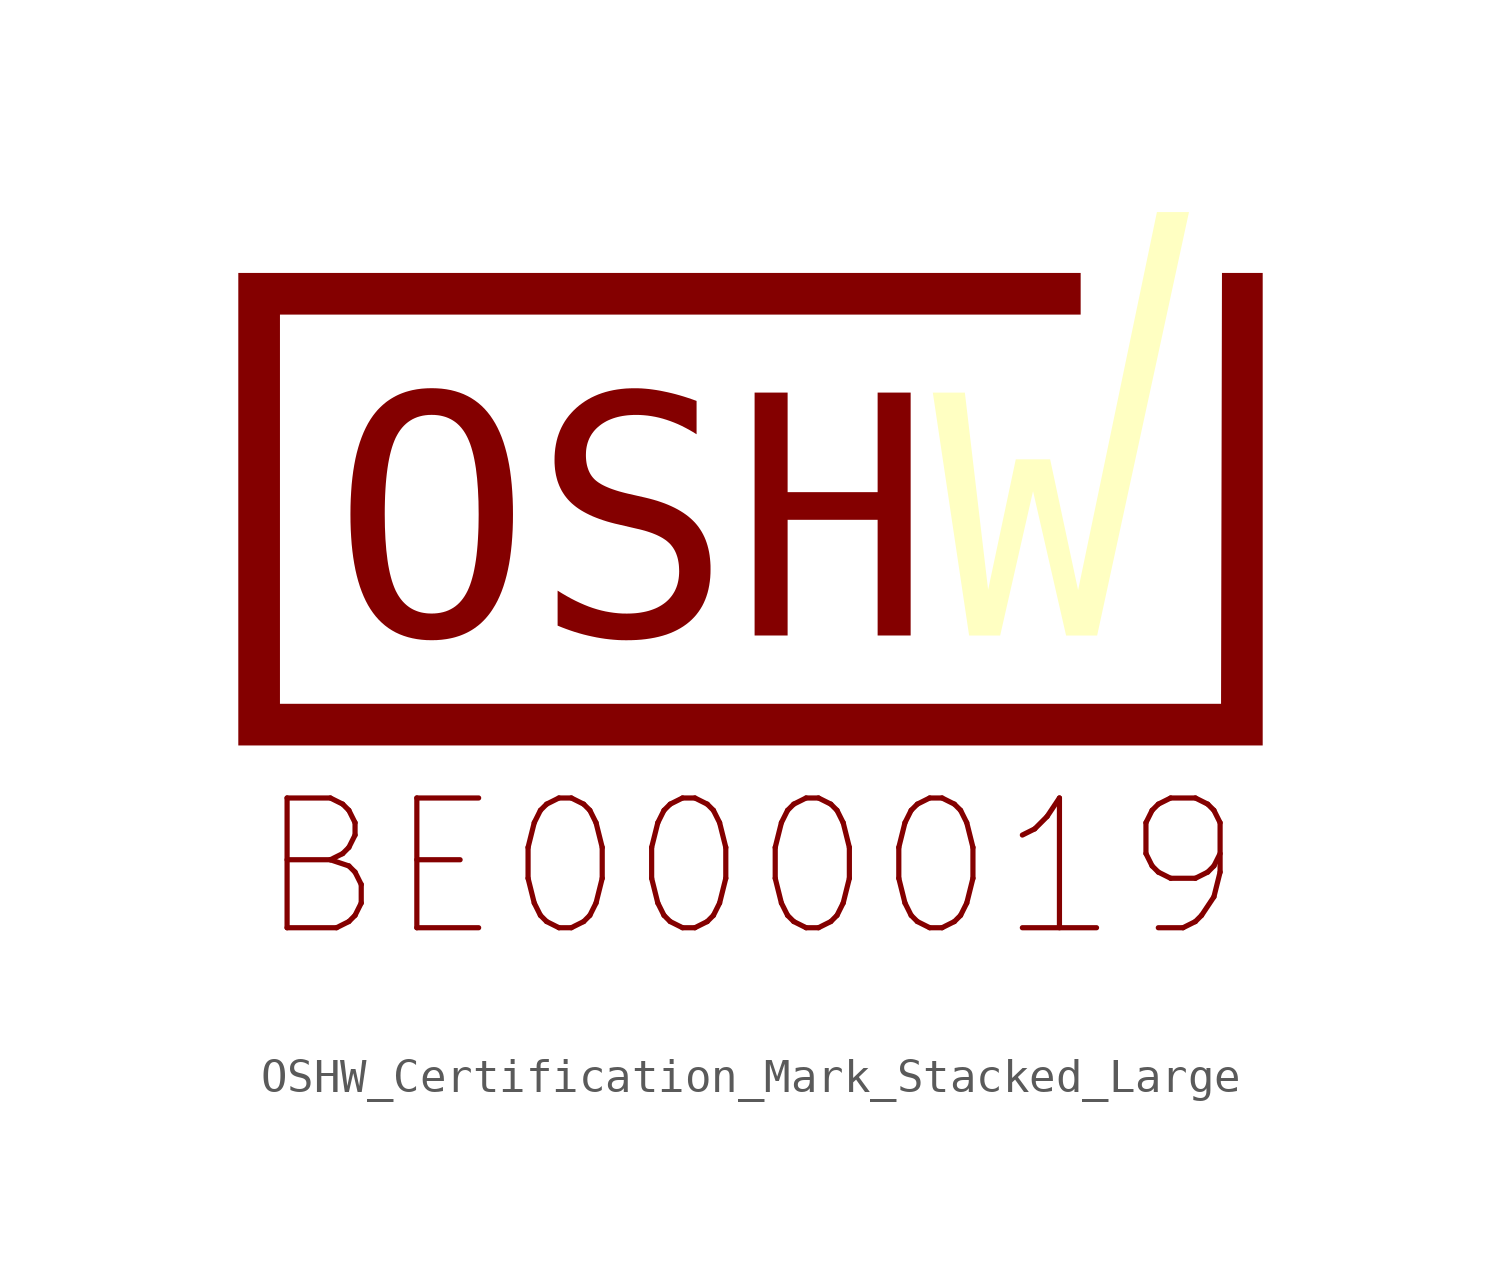
<source format=kicad_sym>
(kicad_symbol_lib
  (version 20231120)
  (generator "kicad_symbol_editor")
  (generator_version "8.0")
  (symbol "OSHW_Certification_Mark_Stacked_Large"
    (property "Reference" "LOGO"
      (at 0 0 0)
      (effects (font (size 1.27 1.27)) (hide yes)))
    (symbol "OSHW_Certification_Mark_Stacked_Large_0_1"
      (polyline (pts (xy -6.956 -1.072) (xy -6.956 -1.072) (xy -6.956 -1.072)) (stroke (width -0.0001) (type default)) (fill (type background)))
      (polyline (pts (xy -1.579 2.248) (xy -1.579 2.248) (xy -1.579 2.248)) (stroke (width -0.0001) (type default)) (fill (type background)))
      (polyline (pts (xy 10.152 -4.622) (xy 9.242 -4.622) (xy 8.274 -0.396) (xy 7.312 -4.622) (xy 6.402 -4.622) (xy 5.339 2.492) (xy 6.278 2.492) (xy 6.959 -3.283) (xy 7.769 0.538) (xy 8.775 0.538) (xy 9.594 -3.293) (xy 11.902 7.778) (xy 12.841 7.778)) (stroke (width -0.0001) (type default)) (fill (type background))))
    (symbol "OSHW_Certification_Mark_Stacked_Large_1_1"
      (polyline (pts (xy 15 -7.843) (xy -15 -7.843) (xy -15 5.995) (xy -15 5.995) (xy 9.669 5.995) (xy 9.669 4.775) (xy -13.78 4.775) (xy -13.78 -6.623) (xy 13.78 -6.623) (xy 13.807 5.995) (xy 15 5.995)) (stroke (width -0.0001) (type default)) (fill (type outline)))
      (polyline (pts (xy 1.087 -0.424) (xy 3.723 -0.424) (xy 3.723 2.492) (xy 4.69 2.492) (xy 4.69 -4.622) (xy 3.723 -4.622) (xy 3.723 -1.234) (xy 1.087 -1.234) (xy 1.087 -4.622) (xy 0.12 -4.622) (xy 0.12 2.492) (xy 1.087 2.492)) (stroke (width -0.0001) (type default)) (fill (type outline)))
      (polyline (pts (xy -9.19 2.617) (xy -9.047 2.607) (xy -8.908 2.589) (xy -8.774 2.564) (xy -8.645 2.531) (xy -8.521 2.492) (xy -8.402 2.446) (xy -8.288 2.392) (xy -8.178 2.331) (xy -8.073 2.263) (xy -7.973 2.188) (xy -7.878 2.106) (xy -7.788 2.017) (xy -7.703 1.92) (xy -7.622 1.817) (xy -7.547 1.706) (xy -7.475 1.588) (xy -7.408 1.462) (xy -7.346 1.329) (xy -7.288 1.189) (xy -7.235 1.042) (xy -7.187 0.886) (xy -7.143 0.724) (xy -7.104 0.554) (xy -7.069 0.377) (xy -7.039 0.192) (xy -7.014 -0.0003) (xy -6.993 -0.2) (xy -6.977 -0.407) (xy -6.965 -0.621) (xy -6.958 -0.843) (xy -6.956 -1.072) (xy -6.958 -1.301) (xy -6.965 -1.522) (xy -6.977 -1.736) (xy -6.993 -1.942) (xy -7.014 -2.141) (xy -7.039 -2.333) (xy -7.069 -2.518) (xy -7.104 -2.695) (xy -7.143 -2.864) (xy -7.187 -3.026) (xy -7.235 -3.181) (xy -7.288 -3.329) (xy -7.346 -3.469) (xy -7.408 -3.602) (xy -7.475 -3.727) (xy -7.547 -3.845) (xy -7.584 -3.902) (xy -7.622 -3.956) (xy -7.662 -4.009) (xy -7.703 -4.06) (xy -7.745 -4.109) (xy -7.788 -4.156) (xy -7.833 -4.202) (xy -7.878 -4.246) (xy -7.925 -4.288) (xy -7.973 -4.328) (xy -8.023 -4.366) (xy -8.073 -4.403) (xy -8.125 -4.438) (xy -8.178 -4.471) (xy -8.232 -4.502) (xy -8.288 -4.532) (xy -8.344 -4.559) (xy -8.402 -4.585) (xy -8.461 -4.609) (xy -8.521 -4.632) (xy -8.583 -4.652) (xy -8.645 -4.671) (xy -8.709 -4.688) (xy -8.774 -4.703) (xy -8.841 -4.716) (xy -8.908 -4.728) (xy -9.047 -4.746) (xy -9.19 -4.757) (xy -9.338 -4.76) (xy -9.487 -4.757) (xy -9.63 -4.746) (xy -9.769 -4.728) (xy -9.902 -4.703) (xy -10.031 -4.671) (xy -10.155 -4.632) (xy -10.275 -4.586) (xy -10.389 -4.533) (xy -10.499 -4.472) (xy -10.603 -4.405) (xy -10.703 -4.33) (xy -10.798 -4.248) (xy -10.889 -4.159) (xy -10.974 -4.063) (xy -11.054 -3.96) (xy -11.13 -3.85) (xy -11.201 -3.733) (xy -11.267 -3.608) (xy -11.329 -3.475) (xy -11.386 -3.335) (xy -11.439 -3.188) (xy -11.487 -3.033) (xy -11.531 -2.87) (xy -11.57 -2.7) (xy -11.604 -2.523) (xy -11.634 -2.338) (xy -11.659 -2.146) (xy -11.68 -1.946) (xy -11.695 -1.739) (xy -11.707 -1.524) (xy -11.714 -1.302) (xy -11.716 -1.072) (xy -10.711 -1.072) (xy -10.706 -1.449) (xy -10.691 -1.798) (xy -10.666 -2.119) (xy -10.631 -2.412) (xy -10.61 -2.549) (xy -10.586 -2.678) (xy -10.56 -2.8) (xy -10.531 -2.915) (xy -10.5 -3.024) (xy -10.466 -3.125) (xy -10.43 -3.219) (xy -10.392 -3.307) (xy -10.349 -3.388) (xy -10.327 -3.427) (xy -10.304 -3.464) (xy -10.28 -3.5) (xy -10.256 -3.535) (xy -10.23 -3.569) (xy -10.204 -3.601) (xy -10.177 -3.632) (xy -10.149 -3.661) (xy -10.121 -3.689) (xy -10.091 -3.716) (xy -10.061 -3.742) (xy -10.03 -3.766) (xy -9.999 -3.789) (xy -9.966 -3.811) (xy -9.933 -3.831) (xy -9.899 -3.85) (xy -9.864 -3.868) (xy -9.828 -3.884) (xy -9.792 -3.899) (xy -9.755 -3.913) (xy -9.716 -3.926) (xy -9.678 -3.937) (xy -9.638 -3.947) (xy -9.598 -3.955) (xy -9.556 -3.962) (xy -9.514 -3.968) (xy -9.472 -3.973) (xy -9.428 -3.976) (xy -9.338 -3.979) (xy -9.248 -3.976) (xy -9.161 -3.968) (xy -9.078 -3.955) (xy -8.997 -3.937) (xy -8.92 -3.914) (xy -8.846 -3.885) (xy -8.776 -3.851) (xy -8.708 -3.812) (xy -8.644 -3.768) (xy -8.583 -3.718) (xy -8.525 -3.663) (xy -8.471 -3.603) (xy -8.42 -3.538) (xy -8.372 -3.468) (xy -8.327 -3.392) (xy -8.285 -3.312) (xy -8.246 -3.224) (xy -8.209 -3.13) (xy -8.175 -3.028) (xy -8.144 -2.92) (xy -8.114 -2.804) (xy -8.088 -2.682) (xy -8.064 -2.552) (xy -8.042 -2.416) (xy -8.023 -2.272) (xy -8.007 -2.122) (xy -7.993 -1.964) (xy -7.982 -1.8) (xy -7.973 -1.628) (xy -7.966 -1.45) (xy -7.963 -1.264) (xy -7.961 -1.072) (xy -7.966 -0.694) (xy -7.982 -0.344) (xy -8.007 -0.022) (xy -8.042 0.272) (xy -8.064 0.408) (xy -8.088 0.538) (xy -8.114 0.66) (xy -8.144 0.776) (xy -8.175 0.884) (xy -8.209 0.986) (xy -8.246 1.08) (xy -8.285 1.167) (xy -8.327 1.249) (xy -8.349 1.288) (xy -8.372 1.325) (xy -8.395 1.361) (xy -8.42 1.396) (xy -8.445 1.429) (xy -8.471 1.462) (xy -8.498 1.492) (xy -8.525 1.522) (xy -8.554 1.55) (xy -8.583 1.577) (xy -8.613 1.603) (xy -8.644 1.627) (xy -8.676 1.65) (xy -8.708 1.671) (xy -8.742 1.692) (xy -8.776 1.711) (xy -8.811 1.728) (xy -8.846 1.745) (xy -8.883 1.76) (xy -8.92 1.774) (xy -8.958 1.786) (xy -8.997 1.797) (xy -9.037 1.807) (xy -9.078 1.816) (xy -9.119 1.823) (xy -9.161 1.829) (xy -9.204 1.833) (xy -9.248 1.837) (xy -9.338 1.839) (xy -9.428 1.837) (xy -9.514 1.829) (xy -9.598 1.816) (xy -9.678 1.797) (xy -9.755 1.774) (xy -9.828 1.745) (xy -9.899 1.711) (xy -9.966 1.671) (xy -10.03 1.627) (xy -10.091 1.577) (xy -10.149 1.522) (xy -10.204 1.462) (xy -10.256 1.396) (xy -10.304 1.325) (xy -10.349 1.249) (xy -10.392 1.167) (xy -10.43 1.08) (xy -10.466 0.986) (xy -10.5 0.884) (xy -10.531 0.776) (xy -10.56 0.66) (xy -10.586 0.538) (xy -10.61 0.408) (xy -10.631 0.272) (xy -10.65 0.128) (xy -10.666 -0.022) (xy -10.68 -0.18) (xy -10.691 -0.344) (xy -10.7 -0.516) (xy -10.706 -0.694) (xy -10.71 -0.88) (xy -10.711 -1.072) (xy -11.716 -1.072) (xy -11.716 -1.072) (xy -11.714 -0.843) (xy -11.707 -0.621) (xy -11.695 -0.407) (xy -11.68 -0.2) (xy -11.659 -0.0003) (xy -11.634 0.192) (xy -11.604 0.377) (xy -11.57 0.554) (xy -11.531 0.724) (xy -11.487 0.886) (xy -11.439 1.042) (xy -11.386 1.189) (xy -11.329 1.329) (xy -11.267 1.462) (xy -11.201 1.588) (xy -11.13 1.706) (xy -11.092 1.762) (xy -11.054 1.817) (xy -11.014 1.869) (xy -10.973 1.92) (xy -10.931 1.97) (xy -10.887 2.017) (xy -10.842 2.062) (xy -10.796 2.106) (xy -10.749 2.148) (xy -10.701 2.188) (xy -10.652 2.227) (xy -10.601 2.263) (xy -10.549 2.298) (xy -10.496 2.331) (xy -10.442 2.363) (xy -10.387 2.392) (xy -10.33 2.42) (xy -10.272 2.446) (xy -10.213 2.47) (xy -10.153 2.492) (xy -10.092 2.513) (xy -10.029 2.531) (xy -9.966 2.548) (xy -9.901 2.564) (xy -9.767 2.589) (xy -9.629 2.607) (xy -9.486 2.617) (xy -9.338 2.621)) (stroke (width -0.0001) (type default)) (fill (type outline)))
      (polyline (pts (xy -3.292 2.618) (xy -3.187 2.614) (xy -3.082 2.606) (xy -2.974 2.596) (xy -2.866 2.582) (xy -2.756 2.566) (xy -2.645 2.547) (xy -2.533 2.524) (xy -2.419 2.5) (xy -2.303 2.473) (xy -2.186 2.443) (xy -2.068 2.41) (xy -1.948 2.374) (xy -1.827 2.335) (xy -1.704 2.293) (xy -1.579 2.248) (xy -1.579 1.271) (xy -1.689 1.339) (xy -1.799 1.403) (xy -1.909 1.462) (xy -2.019 1.518) (xy -2.129 1.569) (xy -2.24 1.615) (xy -2.35 1.657) (xy -2.461 1.695) (xy -2.571 1.729) (xy -2.681 1.758) (xy -2.791 1.782) (xy -2.902 1.802) (xy -3.013 1.818) (xy -3.124 1.829) (xy -3.236 1.836) (xy -3.347 1.838) (xy -3.431 1.837) (xy -3.513 1.833) (xy -3.593 1.827) (xy -3.67 1.818) (xy -3.745 1.807) (xy -3.818 1.793) (xy -3.889 1.777) (xy -3.957 1.758) (xy -4.023 1.737) (xy -4.087 1.713) (xy -4.149 1.687) (xy -4.209 1.659) (xy -4.266 1.627) (xy -4.321 1.594) (xy -4.374 1.558) (xy -4.424 1.519) (xy -4.472 1.479) (xy -4.517 1.437) (xy -4.559 1.393) (xy -4.597 1.348) (xy -4.633 1.3) (xy -4.665 1.252) (xy -4.694 1.201) (xy -4.721 1.148) (xy -4.744 1.094) (xy -4.764 1.038) (xy -4.781 0.981) (xy -4.795 0.921) (xy -4.806 0.86) (xy -4.814 0.797) (xy -4.818 0.732) (xy -4.82 0.666) (xy -4.819 0.608) (xy -4.816 0.551) (xy -4.811 0.497) (xy -4.804 0.444) (xy -4.795 0.393) (xy -4.784 0.344) (xy -4.77 0.296) (xy -4.755 0.25) (xy -4.738 0.206) (xy -4.719 0.164) (xy -4.698 0.123) (xy -4.675 0.084) (xy -4.65 0.047) (xy -4.623 0.012) (xy -4.593 -0.022) (xy -4.562 -0.054) (xy -4.528 -0.084) (xy -4.49 -0.114) (xy -4.448 -0.144) (xy -4.403 -0.172) (xy -4.355 -0.201) (xy -4.303 -0.228) (xy -4.247 -0.255) (xy -4.188 -0.281) (xy -4.126 -0.307) (xy -4.06 -0.332) (xy -3.99 -0.356) (xy -3.917 -0.38) (xy -3.841 -0.403) (xy -3.761 -0.425) (xy -3.677 -0.447) (xy -3.59 -0.468) (xy -3.085 -0.583) (xy -2.962 -0.613) (xy -2.844 -0.645) (xy -2.729 -0.679) (xy -2.619 -0.716) (xy -2.513 -0.754) (xy -2.411 -0.795) (xy -2.314 -0.838) (xy -2.22 -0.883) (xy -2.131 -0.93) (xy -2.047 -0.979) (xy -1.966 -1.03) (xy -1.89 -1.083) (xy -1.818 -1.138) (xy -1.75 -1.196) (xy -1.687 -1.255) (xy -1.627 -1.316) (xy -1.572 -1.38) (xy -1.52 -1.447) (xy -1.472 -1.517) (xy -1.427 -1.589) (xy -1.386 -1.664) (xy -1.348 -1.742) (xy -1.314 -1.823) (xy -1.284 -1.907) (xy -1.257 -1.994) (xy -1.234 -2.083) (xy -1.214 -2.175) (xy -1.198 -2.271) (xy -1.186 -2.369) (xy -1.177 -2.469) (xy -1.171 -2.573) (xy -1.17 -2.679) (xy -1.172 -2.804) (xy -1.179 -2.925) (xy -1.192 -3.043) (xy -1.209 -3.156) (xy -1.231 -3.267) (xy -1.258 -3.373) (xy -1.29 -3.475) (xy -1.327 -3.574) (xy -1.369 -3.669) (xy -1.415 -3.76) (xy -1.467 -3.847) (xy -1.524 -3.931) (xy -1.585 -4.011) (xy -1.651 -4.087) (xy -1.722 -4.159) (xy -1.799 -4.228) (xy -1.879 -4.292) (xy -1.965 -4.353) (xy -2.055 -4.409) (xy -2.149 -4.461) (xy -2.248 -4.509) (xy -2.351 -4.553) (xy -2.458 -4.593) (xy -2.571 -4.628) (xy -2.687 -4.659) (xy -2.808 -4.686) (xy -2.934 -4.709) (xy -3.064 -4.728) (xy -3.198 -4.743) (xy -3.337 -4.753) (xy -3.481 -4.759) (xy -3.628 -4.761) (xy -3.754 -4.76) (xy -3.879 -4.755) (xy -4.004 -4.746) (xy -4.13 -4.734) (xy -4.256 -4.719) (xy -4.382 -4.7) (xy -4.508 -4.678) (xy -4.634 -4.652) (xy -4.76 -4.624) (xy -4.887 -4.593) (xy -5.013 -4.558) (xy -5.14 -4.52) (xy -5.267 -4.478) (xy -5.394 -4.433) (xy -5.521 -4.385) (xy -5.649 -4.333) (xy -5.649 -3.308) (xy -5.513 -3.392) (xy -5.379 -3.47) (xy -5.247 -3.543) (xy -5.116 -3.61) (xy -4.988 -3.67) (xy -4.862 -3.725) (xy -4.737 -3.775) (xy -4.615 -3.818) (xy -4.492 -3.856) (xy -4.369 -3.889) (xy -4.246 -3.917) (xy -4.123 -3.939) (xy -3.999 -3.957) (xy -3.876 -3.97) (xy -3.752 -3.978) (xy -3.628 -3.98) (xy -3.539 -3.979) (xy -3.451 -3.975) (xy -3.366 -3.969) (xy -3.284 -3.96) (xy -3.204 -3.948) (xy -3.127 -3.934) (xy -3.053 -3.918) (xy -2.98 -3.899) (xy -2.911 -3.877) (xy -2.844 -3.853) (xy -2.779 -3.827) (xy -2.717 -3.798) (xy -2.658 -3.766) (xy -2.601 -3.732) (xy -2.546 -3.695) (xy -2.494 -3.656) (xy -2.445 -3.614) (xy -2.399 -3.57) (xy -2.357 -3.524) (xy -2.317 -3.475) (xy -2.281 -3.425) (xy -2.248 -3.373) (xy -2.217 -3.319) (xy -2.191 -3.263) (xy -2.167 -3.205) (xy -2.146 -3.144) (xy -2.129 -3.082) (xy -2.115 -3.018) (xy -2.104 -2.952) (xy -2.096 -2.884) (xy -2.091 -2.813) (xy -2.089 -2.741) (xy -2.091 -2.675) (xy -2.094 -2.612) (xy -2.099 -2.55) (xy -2.107 -2.49) (xy -2.117 -2.432) (xy -2.129 -2.376) (xy -2.143 -2.322) (xy -2.16 -2.271) (xy -2.178 -2.221) (xy -2.199 -2.173) (xy -2.222 -2.127) (xy -2.248 -2.083) (xy -2.275 -2.041) (xy -2.305 -2.001) (xy -2.336 -1.962) (xy -2.37 -1.926) (xy -2.407 -1.892) (xy -2.446 -1.858) (xy -2.489 -1.825) (xy -2.535 -1.794) (xy -2.584 -1.763) (xy -2.636 -1.734) (xy -2.692 -1.705) (xy -2.751 -1.677) (xy -2.813 -1.651) (xy -2.878 -1.625) (xy -2.946 -1.601) (xy -3.018 -1.577) (xy -3.093 -1.554) (xy -3.171 -1.533) (xy -3.253 -1.512) (xy -3.338 -1.493) (xy -3.852 -1.373) (xy -3.974 -1.345) (xy -4.092 -1.314) (xy -4.205 -1.282) (xy -4.314 -1.247) (xy -4.419 -1.211) (xy -4.519 -1.173) (xy -4.616 -1.134) (xy -4.708 -1.092) (xy -4.795 -1.049) (xy -4.879 -1.004) (xy -4.958 -0.958) (xy -5.034 -0.909) (xy -5.104 -0.859) (xy -5.171 -0.806) (xy -5.233 -0.753) (xy -5.291 -0.697) (xy -5.346 -0.639) (xy -5.396 -0.579) (xy -5.444 -0.516) (xy -5.487 -0.451) (xy -5.528 -0.384) (xy -5.564 -0.314) (xy -5.598 -0.241) (xy -5.627 -0.167) (xy -5.654 -0.09) (xy -5.676 -0.01) (xy -5.696 0.072) (xy -5.711 0.156) (xy -5.724 0.243) (xy -5.732 0.332) (xy -5.738 0.424) (xy -5.739 0.518) (xy -5.737 0.636) (xy -5.729 0.75) (xy -5.717 0.862) (xy -5.699 0.971) (xy -5.677 1.077) (xy -5.65 1.179) (xy -5.617 1.279) (xy -5.58 1.376) (xy -5.537 1.47) (xy -5.49 1.56) (xy -5.438 1.648) (xy -5.38 1.733) (xy -5.318 1.815) (xy -5.25 1.894) (xy -5.178 1.97) (xy -5.101 2.043) (xy -5.019 2.113) (xy -4.933 2.178) (xy -4.845 2.239) (xy -4.753 2.295) (xy -4.658 2.347) (xy -4.559 2.394) (xy -4.458 2.437) (xy -4.353 2.475) (xy -4.244 2.509) (xy -4.133 2.538) (xy -4.018 2.563) (xy -3.9 2.583) (xy -3.779 2.599) (xy -3.654 2.611) (xy -3.526 2.617) (xy -3.395 2.619)) (stroke (width -0.0001) (type default)) (fill (type outline)))
      (text "BE000019" (at 0 -11.43 0) (effects (font (size 3.8 3.8)))))))
</source>
